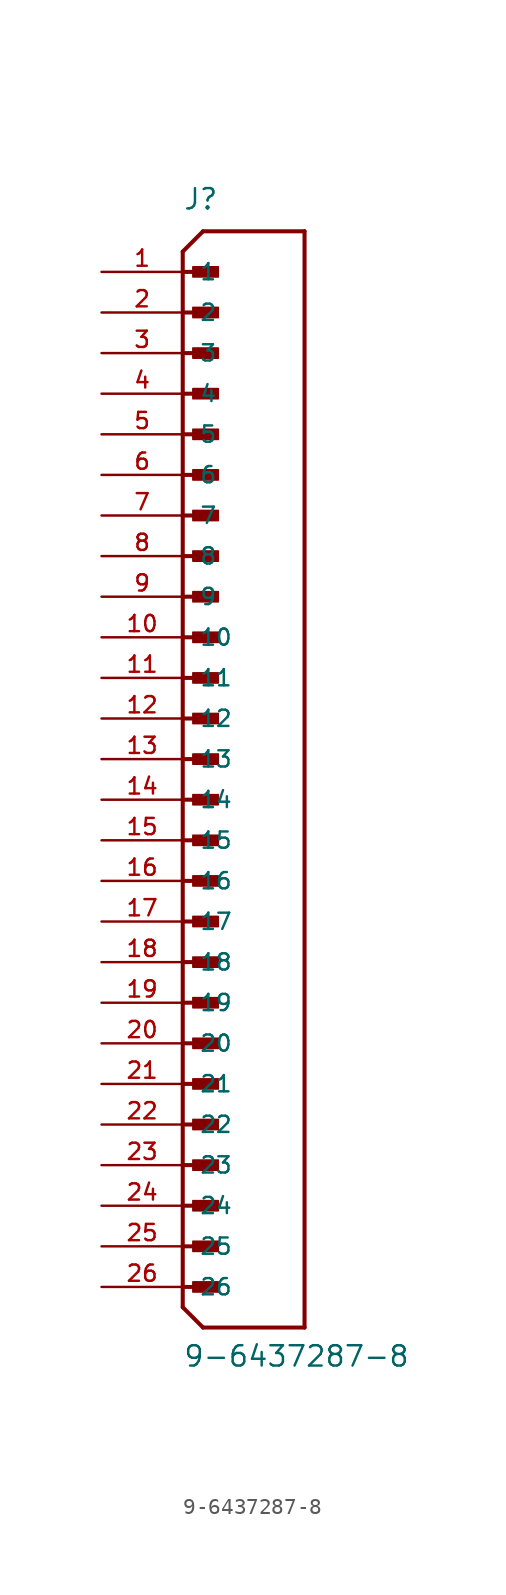
<source format=kicad_sym>
(kicad_symbol_lib
  (version 20211014)
  (generator kicad_symbol_editor)
  (symbol "9-6437287-8"
    (pin_names
      (offset 1.016))
    (property "Reference" "J"
      (at 0.0 34.29 0)
      (effects (font (size 1.27 1.27)) (justify bottom left)))
    (property "Value" "9-6437287-8"
      (at 0.0 -38.1 0)
      (effects (font (size 1.27 1.27)) (justify bottom left)))
    (symbol "9-6437287-8_0_0"
      (polyline (pts (xy 0.0 31.75) (xy 1.27 33.02)) (stroke (width 0.254)))
      (polyline (pts (xy 0.0 31.75) (xy 0.0 -34.29)) (stroke (width 0.254)))
      (polyline (pts (xy 0.0 -34.29) (xy 1.27 -35.56)) (stroke (width 0.254)))
      (polyline (pts (xy 1.27 -35.56) (xy 7.62 -35.56)) (stroke (width 0.254)))
      (polyline (pts (xy 7.62 -35.56) (xy 7.62 33.02)) (stroke (width 0.254)))
      (polyline (pts (xy 7.62 33.02) (xy 1.27 33.02)) (stroke (width 0.254)))
      (polyline (pts (xy 0.0 30.48) (xy 1.905 30.48)) (stroke (width 0.254)))
      (rectangle (start 0.635 30.163) (end 2.223 30.797) (stroke (width 0.1)) (fill (type outline)))
      (polyline (pts (xy 0.0 27.94) (xy 1.905 27.94)) (stroke (width 0.254)))
      (rectangle (start 0.635 27.622) (end 2.223 28.258) (stroke (width 0.1)) (fill (type outline)))
      (polyline (pts (xy 0.0 25.4) (xy 1.905 25.4)) (stroke (width 0.254)))
      (rectangle (start 0.635 25.082) (end 2.223 25.718) (stroke (width 0.1)) (fill (type outline)))
      (polyline (pts (xy 0.0 22.86) (xy 1.905 22.86)) (stroke (width 0.254)))
      (rectangle (start 0.635 22.543) (end 2.223 23.177) (stroke (width 0.1)) (fill (type outline)))
      (polyline (pts (xy 0.0 20.32) (xy 1.905 20.32)) (stroke (width 0.254)))
      (rectangle (start 0.635 20.003) (end 2.223 20.637) (stroke (width 0.1)) (fill (type outline)))
      (polyline (pts (xy 0.0 17.78) (xy 1.905 17.78)) (stroke (width 0.254)))
      (rectangle (start 0.635 17.462) (end 2.223 18.098) (stroke (width 0.1)) (fill (type outline)))
      (polyline (pts (xy 0.0 15.24) (xy 1.905 15.24)) (stroke (width 0.254)))
      (rectangle (start 0.635 14.922) (end 2.223 15.557) (stroke (width 0.1)) (fill (type outline)))
      (polyline (pts (xy 0.0 12.7) (xy 1.905 12.7)) (stroke (width 0.254)))
      (rectangle (start 0.635 12.383) (end 2.223 13.018) (stroke (width 0.1)) (fill (type outline)))
      (polyline (pts (xy 0.0 10.16) (xy 1.905 10.16)) (stroke (width 0.254)))
      (rectangle (start 0.635 9.842) (end 2.223 10.477) (stroke (width 0.1)) (fill (type outline)))
      (polyline (pts (xy 0.0 7.62) (xy 1.905 7.62)) (stroke (width 0.254)))
      (rectangle (start 0.635 7.303) (end 2.223 7.938) (stroke (width 0.1)) (fill (type outline)))
      (polyline (pts (xy 0.0 5.08) (xy 1.905 5.08)) (stroke (width 0.254)))
      (rectangle (start 0.635 4.763) (end 2.223 5.397) (stroke (width 0.1)) (fill (type outline)))
      (polyline (pts (xy 0.0 2.54) (xy 1.905 2.54)) (stroke (width 0.254)))
      (rectangle (start 0.635 2.223) (end 2.223 2.857) (stroke (width 0.1)) (fill (type outline)))
      (polyline (pts (xy 0.0 0.0) (xy 1.905 0.0)) (stroke (width 0.254)))
      (rectangle (start 0.635 -0.318) (end 2.223 0.318) (stroke (width 0.1)) (fill (type outline)))
      (polyline (pts (xy 0.0 -2.54) (xy 1.905 -2.54)) (stroke (width 0.254)))
      (rectangle (start 0.635 -2.857) (end 2.223 -2.223) (stroke (width 0.1)) (fill (type outline)))
      (polyline (pts (xy 0.0 -5.08) (xy 1.905 -5.08)) (stroke (width 0.254)))
      (rectangle (start 0.635 -5.397) (end 2.223 -4.763) (stroke (width 0.1)) (fill (type outline)))
      (polyline (pts (xy 0.0 -7.62) (xy 1.905 -7.62)) (stroke (width 0.254)))
      (rectangle (start 0.635 -7.938) (end 2.223 -7.303) (stroke (width 0.1)) (fill (type outline)))
      (polyline (pts (xy 0.0 -10.16) (xy 1.905 -10.16)) (stroke (width 0.254)))
      (rectangle (start 0.635 -10.477) (end 2.223 -9.842) (stroke (width 0.1)) (fill (type outline)))
      (polyline (pts (xy 0.0 -12.7) (xy 1.905 -12.7)) (stroke (width 0.254)))
      (rectangle (start 0.635 -13.018) (end 2.223 -12.383) (stroke (width 0.1)) (fill (type outline)))
      (polyline (pts (xy 0.0 -15.24) (xy 1.905 -15.24)) (stroke (width 0.254)))
      (rectangle (start 0.635 -15.557) (end 2.223 -14.922) (stroke (width 0.1)) (fill (type outline)))
      (polyline (pts (xy 0.0 -17.78) (xy 1.905 -17.78)) (stroke (width 0.254)))
      (rectangle (start 0.635 -18.098) (end 2.223 -17.462) (stroke (width 0.1)) (fill (type outline)))
      (polyline (pts (xy 0.0 -20.32) (xy 1.905 -20.32)) (stroke (width 0.254)))
      (rectangle (start 0.635 -20.637) (end 2.223 -20.003) (stroke (width 0.1)) (fill (type outline)))
      (polyline (pts (xy 0.0 -22.86) (xy 1.905 -22.86)) (stroke (width 0.254)))
      (rectangle (start 0.635 -23.177) (end 2.223 -22.543) (stroke (width 0.1)) (fill (type outline)))
      (polyline (pts (xy 0.0 -25.4) (xy 1.905 -25.4)) (stroke (width 0.254)))
      (rectangle (start 0.635 -25.718) (end 2.223 -25.082) (stroke (width 0.1)) (fill (type outline)))
      (polyline (pts (xy 0.0 -27.94) (xy 1.905 -27.94)) (stroke (width 0.254)))
      (rectangle (start 0.635 -28.258) (end 2.223 -27.622) (stroke (width 0.1)) (fill (type outline)))
      (polyline (pts (xy 0.0 -30.48) (xy 1.905 -30.48)) (stroke (width 0.254)))
      (rectangle (start 0.635 -30.797) (end 2.223 -30.163) (stroke (width 0.1)) (fill (type outline)))
      (polyline (pts (xy 0.0 -33.02) (xy 1.905 -33.02)) (stroke (width 0.254)))
      (rectangle (start 0.635 -33.337) (end 2.223 -32.703) (stroke (width 0.1)) (fill (type outline)))
      (pin passive line (at -5.08 30.48 0) (length 5.08) (name "1" (effects (font (size 1.016 1.016)))) (number "1" (effects (font (size 1.016 1.016)))))
      (pin passive line (at -5.08 27.94 0) (length 5.08) (name "2" (effects (font (size 1.016 1.016)))) (number "2" (effects (font (size 1.016 1.016)))))
      (pin passive line (at -5.08 25.4 0) (length 5.08) (name "3" (effects (font (size 1.016 1.016)))) (number "3" (effects (font (size 1.016 1.016)))))
      (pin passive line (at -5.08 22.86 0) (length 5.08) (name "4" (effects (font (size 1.016 1.016)))) (number "4" (effects (font (size 1.016 1.016)))))
      (pin passive line (at -5.08 20.32 0) (length 5.08) (name "5" (effects (font (size 1.016 1.016)))) (number "5" (effects (font (size 1.016 1.016)))))
      (pin passive line (at -5.08 17.78 0) (length 5.08) (name "6" (effects (font (size 1.016 1.016)))) (number "6" (effects (font (size 1.016 1.016)))))
      (pin passive line (at -5.08 15.24 0) (length 5.08) (name "7" (effects (font (size 1.016 1.016)))) (number "7" (effects (font (size 1.016 1.016)))))
      (pin passive line (at -5.08 12.7 0) (length 5.08) (name "8" (effects (font (size 1.016 1.016)))) (number "8" (effects (font (size 1.016 1.016)))))
      (pin passive line (at -5.08 10.16 0) (length 5.08) (name "9" (effects (font (size 1.016 1.016)))) (number "9" (effects (font (size 1.016 1.016)))))
      (pin passive line (at -5.08 7.62 0) (length 5.08) (name "10" (effects (font (size 1.016 1.016)))) (number "10" (effects (font (size 1.016 1.016)))))
      (pin passive line (at -5.08 5.08 0) (length 5.08) (name "11" (effects (font (size 1.016 1.016)))) (number "11" (effects (font (size 1.016 1.016)))))
      (pin passive line (at -5.08 2.54 0) (length 5.08) (name "12" (effects (font (size 1.016 1.016)))) (number "12" (effects (font (size 1.016 1.016)))))
      (pin passive line (at -5.08 0.0 0) (length 5.08) (name "13" (effects (font (size 1.016 1.016)))) (number "13" (effects (font (size 1.016 1.016)))))
      (pin passive line (at -5.08 -2.54 0) (length 5.08) (name "14" (effects (font (size 1.016 1.016)))) (number "14" (effects (font (size 1.016 1.016)))))
      (pin passive line (at -5.08 -5.08 0) (length 5.08) (name "15" (effects (font (size 1.016 1.016)))) (number "15" (effects (font (size 1.016 1.016)))))
      (pin passive line (at -5.08 -7.62 0) (length 5.08) (name "16" (effects (font (size 1.016 1.016)))) (number "16" (effects (font (size 1.016 1.016)))))
      (pin passive line (at -5.08 -10.16 0) (length 5.08) (name "17" (effects (font (size 1.016 1.016)))) (number "17" (effects (font (size 1.016 1.016)))))
      (pin passive line (at -5.08 -12.7 0) (length 5.08) (name "18" (effects (font (size 1.016 1.016)))) (number "18" (effects (font (size 1.016 1.016)))))
      (pin passive line (at -5.08 -15.24 0) (length 5.08) (name "19" (effects (font (size 1.016 1.016)))) (number "19" (effects (font (size 1.016 1.016)))))
      (pin passive line (at -5.08 -17.78 0) (length 5.08) (name "20" (effects (font (size 1.016 1.016)))) (number "20" (effects (font (size 1.016 1.016)))))
      (pin passive line (at -5.08 -20.32 0) (length 5.08) (name "21" (effects (font (size 1.016 1.016)))) (number "21" (effects (font (size 1.016 1.016)))))
      (pin passive line (at -5.08 -22.86 0) (length 5.08) (name "22" (effects (font (size 1.016 1.016)))) (number "22" (effects (font (size 1.016 1.016)))))
      (pin passive line (at -5.08 -25.4 0) (length 5.08) (name "23" (effects (font (size 1.016 1.016)))) (number "23" (effects (font (size 1.016 1.016)))))
      (pin passive line (at -5.08 -27.94 0) (length 5.08) (name "24" (effects (font (size 1.016 1.016)))) (number "24" (effects (font (size 1.016 1.016)))))
      (pin passive line (at -5.08 -30.48 0) (length 5.08) (name "25" (effects (font (size 1.016 1.016)))) (number "25" (effects (font (size 1.016 1.016)))))
      (pin passive line (at -5.08 -33.02 0) (length 5.08) (name "26" (effects (font (size 1.016 1.016)))) (number "26" (effects (font (size 1.016 1.016))))))))
</source>
